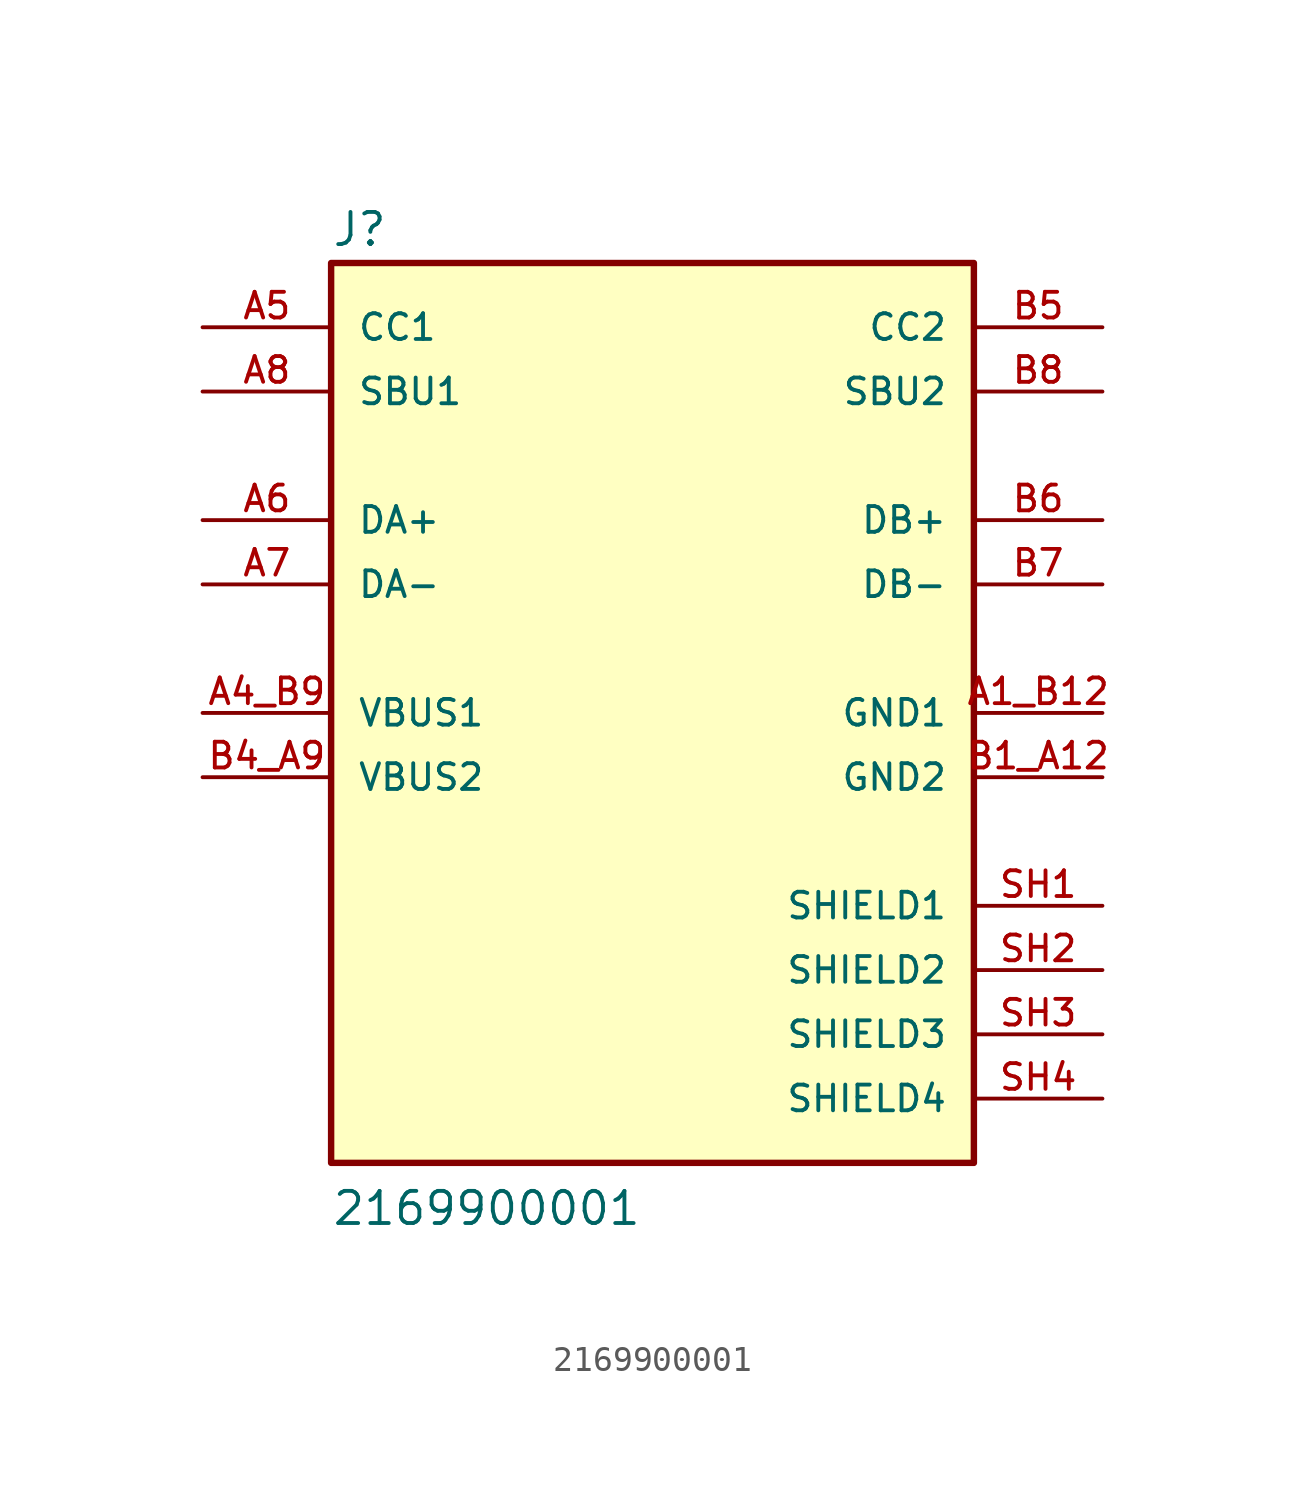
<source format=kicad_sym>
(kicad_symbol_lib
  (version 20241209)
  (generator "kicad_symbol_editor")
  (generator_version "9.0")
  (symbol "2169900001"
    (pin_names
      (offset 1.016))
    (property "Reference" "J"
      (at -12.7 18.364 0)
      (effects (font (size 1.27 1.27)) (justify left bottom)))
    (property "Value" "2169900001"
      (at -12.7 -20.32 0)
      (effects (font (size 1.27 1.27)) (justify left bottom)))
    (symbol "2169900001_0_0"
      (rectangle (start -12.7 -17.78) (end 12.7 17.78) (stroke (width 0.254) (type default)) (fill (type background)))
      (pin bidirectional line (at -17.78 15.24 0) (length 5.08) (name "CC1" (effects (font (size 1.016 1.016)))) (number "A5" (effects (font (size 1.016 1.016)))))
      (pin bidirectional line (at -17.78 12.7 0) (length 5.08) (name "SBU1" (effects (font (size 1.016 1.016)))) (number "A8" (effects (font (size 1.016 1.016)))))
      (pin bidirectional line (at -17.78 7.62 0) (length 5.08) (name "DA+" (effects (font (size 1.016 1.016)))) (number "A6" (effects (font (size 1.016 1.016)))))
      (pin bidirectional line (at -17.78 5.08 0) (length 5.08) (name "DA-" (effects (font (size 1.016 1.016)))) (number "A7" (effects (font (size 1.016 1.016)))))
      (pin power_in line (at -17.78 0 0) (length 5.08) (name "VBUS1" (effects (font (size 1.016 1.016)))) (number "A4_B9" (effects (font (size 1.016 1.016)))))
      (pin power_in line (at -17.78 -2.54 0) (length 5.08) (name "VBUS2" (effects (font (size 1.016 1.016)))) (number "B4_A9" (effects (font (size 1.016 1.016)))))
      (pin bidirectional line (at 17.78 15.24 180) (length 5.08) (name "CC2" (effects (font (size 1.016 1.016)))) (number "B5" (effects (font (size 1.016 1.016)))))
      (pin bidirectional line (at 17.78 12.7 180) (length 5.08) (name "SBU2" (effects (font (size 1.016 1.016)))) (number "B8" (effects (font (size 1.016 1.016)))))
      (pin bidirectional line (at 17.78 7.62 180) (length 5.08) (name "DB+" (effects (font (size 1.016 1.016)))) (number "B6" (effects (font (size 1.016 1.016)))))
      (pin bidirectional line (at 17.78 5.08 180) (length 5.08) (name "DB-" (effects (font (size 1.016 1.016)))) (number "B7" (effects (font (size 1.016 1.016)))))
      (pin power_in line (at 17.78 0 180) (length 5.08) (name "GND1" (effects (font (size 1.016 1.016)))) (number "A1_B12" (effects (font (size 1.016 1.016)))))
      (pin power_in line (at 17.78 -2.54 180) (length 5.08) (name "GND2" (effects (font (size 1.016 1.016)))) (number "B1_A12" (effects (font (size 1.016 1.016)))))
      (pin passive line (at 17.78 -7.62 180) (length 5.08) (name "SHIELD1" (effects (font (size 1.016 1.016)))) (number "SH1" (effects (font (size 1.016 1.016)))))
      (pin passive line (at 17.78 -10.16 180) (length 5.08) (name "SHIELD2" (effects (font (size 1.016 1.016)))) (number "SH2" (effects (font (size 1.016 1.016)))))
      (pin passive line (at 17.78 -12.7 180) (length 5.08) (name "SHIELD3" (effects (font (size 1.016 1.016)))) (number "SH3" (effects (font (size 1.016 1.016)))))
      (pin passive line (at 17.78 -15.24 180) (length 5.08) (name "SHIELD4" (effects (font (size 1.016 1.016)))) (number "SH4" (effects (font (size 1.016 1.016))))))))
</source>
